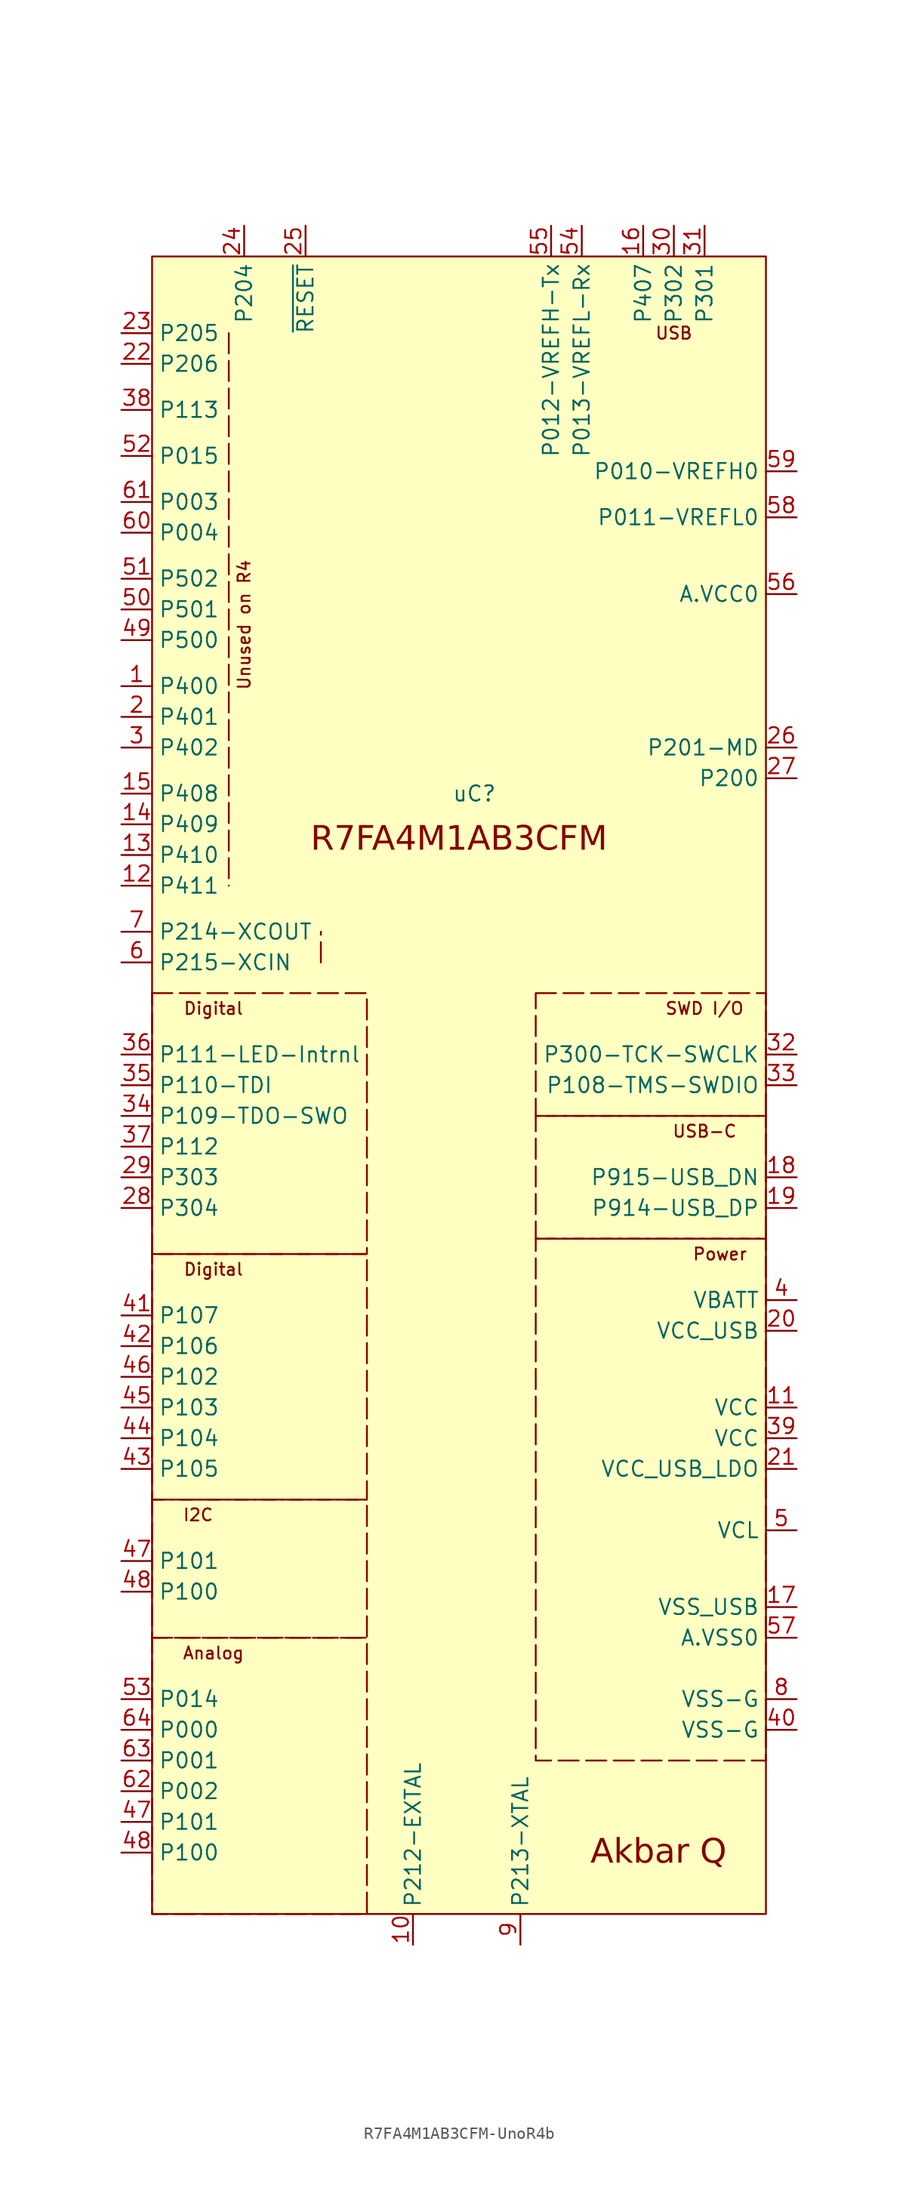
<source format=kicad_sym>
(kicad_symbol_lib
  (version 20220914)
  (generator kicad_symbol_editor)
  (symbol "R7FA4M1AB3CFM-UnoR4b"
    (property "Reference" "uC"
      (at 1.27 20.32 0)
      (effects (font (size 1.27 1.27))))
    (symbol "R7FA4M1AB3CFM-UnoR4b_1_0"
      (pin bidirectional line (at -27.94 29.21 0) (length 2.54) (name "P400" (effects (font (size 1.27 1.27)))) (number "1" (effects (font (size 1.27 1.27)))))
      (pin bidirectional line (at -3.81 -74.93 90) (length 2.54) (name "P212-EXTAL" (effects (font (size 1.27 1.27)))) (number "10" (effects (font (size 1.27 1.27)))))
      (pin power_in line (at 27.94 -30.48 180) (length 2.54) (name "VCC" (effects (font (size 1.27 1.27)))) (number "11" (effects (font (size 1.27 1.27)))))
      (pin bidirectional line (at -27.94 12.7 0) (length 2.54) (name "P411" (effects (font (size 1.27 1.27)))) (number "12" (effects (font (size 1.27 1.27)))))
      (pin bidirectional line (at -27.94 15.24 0) (length 2.54) (name "P410" (effects (font (size 1.27 1.27)))) (number "13" (effects (font (size 1.27 1.27)))))
      (pin bidirectional line (at -27.94 17.78 0) (length 2.54) (name "P409" (effects (font (size 1.27 1.27)))) (number "14" (effects (font (size 1.27 1.27)))))
      (pin bidirectional line (at -27.94 20.32 0) (length 2.54) (name "P408" (effects (font (size 1.27 1.27)))) (number "15" (effects (font (size 1.27 1.27)))))
      (pin bidirectional line (at 15.24 67.31 270) (length 2.54) (name "P407" (effects (font (size 1.27 1.27)))) (number "16" (effects (font (size 1.27 1.27)))))
      (pin bidirectional line (at 27.94 -46.99 180) (length 2.54) (name "VSS_USB" (effects (font (size 1.27 1.27)))) (number "17" (effects (font (size 1.27 1.27)))))
      (pin bidirectional line (at 27.94 -11.43 180) (length 2.54) (name "P915-USB_DN" (effects (font (size 1.27 1.27)))) (number "18" (effects (font (size 1.27 1.27)))))
      (pin bidirectional line (at 27.94 -13.97 180) (length 2.54) (name "P914-USB_DP" (effects (font (size 1.27 1.27)))) (number "19" (effects (font (size 1.27 1.27)))))
      (pin bidirectional line (at -27.94 26.67 0) (length 2.54) (name "P401" (effects (font (size 1.27 1.27)))) (number "2" (effects (font (size 1.27 1.27)))))
      (pin bidirectional line (at 27.94 -24.13 180) (length 2.54) (name "VCC_USB" (effects (font (size 1.27 1.27)))) (number "20" (effects (font (size 1.27 1.27)))))
      (pin bidirectional line (at 27.94 -35.56 180) (length 2.54) (name "VCC_USB_LDO" (effects (font (size 1.27 1.27)))) (number "21" (effects (font (size 1.27 1.27)))))
      (pin bidirectional line (at -27.94 55.88 0) (length 2.54) (name "P206" (effects (font (size 1.27 1.27)))) (number "22" (effects (font (size 1.27 1.27)))))
      (pin bidirectional line (at -27.94 58.42 0) (length 2.54) (name "P205" (effects (font (size 1.27 1.27)))) (number "23" (effects (font (size 1.27 1.27)))))
      (pin bidirectional line (at -17.78 67.31 270) (length 2.54) (name "P204" (effects (font (size 1.27 1.27)))) (number "24" (effects (font (size 1.27 1.27)))))
      (pin bidirectional line (at -12.7 67.31 270) (length 2.54) (name "~{RESET}" (effects (font (size 1.27 1.27)))) (number "25" (effects (font (size 1.27 1.27)))))
      (pin bidirectional line (at 27.94 24.13 180) (length 2.54) (name "P201-MD" (effects (font (size 1.27 1.27)))) (number "26" (effects (font (size 1.27 1.27)))))
      (pin bidirectional line (at 27.94 21.59 180) (length 2.54) (name "P200" (effects (font (size 1.27 1.27)))) (number "27" (effects (font (size 1.27 1.27)))))
      (pin bidirectional line (at -27.94 -13.97 0) (length 2.54) (name "P304" (effects (font (size 1.27 1.27)))) (number "28" (effects (font (size 1.27 1.27)))))
      (pin bidirectional line (at -27.94 -11.43 0) (length 2.54) (name "P303" (effects (font (size 1.27 1.27)))) (number "29" (effects (font (size 1.27 1.27)))))
      (pin bidirectional line (at -27.94 24.13 0) (length 2.54) (name "P402" (effects (font (size 1.27 1.27)))) (number "3" (effects (font (size 1.27 1.27)))))
      (pin bidirectional line (at 17.78 67.31 270) (length 2.54) (name "P302" (effects (font (size 1.27 1.27)))) (number "30" (effects (font (size 1.27 1.27)))))
      (pin bidirectional line (at 20.32 67.31 270) (length 2.54) (name "P301" (effects (font (size 1.27 1.27)))) (number "31" (effects (font (size 1.27 1.27)))))
      (pin bidirectional line (at 27.94 -1.27 180) (length 2.54) (name "P300-TCK-SWCLK" (effects (font (size 1.27 1.27)))) (number "32" (effects (font (size 1.27 1.27)))))
      (pin bidirectional line (at 27.94 -3.81 180) (length 2.54) (name "P108-TMS-SWDIO" (effects (font (size 1.27 1.27)))) (number "33" (effects (font (size 1.27 1.27)))))
      (pin bidirectional line (at -27.94 -6.35 0) (length 2.54) (name "P109-TDO-SWO" (effects (font (size 1.27 1.27)))) (number "34" (effects (font (size 1.27 1.27)))))
      (pin bidirectional line (at -27.94 -3.81 0) (length 2.54) (name "P110-TDI" (effects (font (size 1.27 1.27)))) (number "35" (effects (font (size 1.27 1.27)))))
      (pin bidirectional line (at -27.94 -1.27 0) (length 2.54) (name "P111-LED-Intrnl" (effects (font (size 1.27 1.27)))) (number "36" (effects (font (size 1.27 1.27)))))
      (pin bidirectional line (at -27.94 -8.89 0) (length 2.54) (name "P112" (effects (font (size 1.27 1.27)))) (number "37" (effects (font (size 1.27 1.27)))))
      (pin bidirectional line (at -27.94 52.07 0) (length 2.54) (name "P113" (effects (font (size 1.27 1.27)))) (number "38" (effects (font (size 1.27 1.27)))))
      (pin power_out line (at 27.94 -33.02 180) (length 2.54) (name "VCC" (effects (font (size 1.27 1.27)))) (number "39" (effects (font (size 1.27 1.27)))))
      (pin power_in line (at 27.94 -21.59 180) (length 2.54) (name "VBATT" (effects (font (size 1.27 1.27)))) (number "4" (effects (font (size 1.27 1.27)))))
      (pin bidirectional line (at 27.94 -57.15 180) (length 2.54) (name "VSS-G" (effects (font (size 1.27 1.27)))) (number "40" (effects (font (size 1.27 1.27)))))
      (pin bidirectional line (at -27.94 -22.86 0) (length 2.54) (name "P107" (effects (font (size 1.27 1.27)))) (number "41" (effects (font (size 1.27 1.27)))))
      (pin bidirectional line (at -27.94 -25.4 0) (length 2.54) (name "P106" (effects (font (size 1.27 1.27)))) (number "42" (effects (font (size 1.27 1.27)))))
      (pin bidirectional line (at -27.94 -35.56 0) (length 2.54) (name "P105" (effects (font (size 1.27 1.27)))) (number "43" (effects (font (size 1.27 1.27)))))
      (pin bidirectional line (at -27.94 -33.02 0) (length 2.54) (name "P104" (effects (font (size 1.27 1.27)))) (number "44" (effects (font (size 1.27 1.27)))))
      (pin bidirectional line (at -27.94 -30.48 0) (length 2.54) (name "P103" (effects (font (size 1.27 1.27)))) (number "45" (effects (font (size 1.27 1.27)))))
      (pin bidirectional line (at -27.94 -27.94 0) (length 2.54) (name "P102" (effects (font (size 1.27 1.27)))) (number "46" (effects (font (size 1.27 1.27)))))
      (pin bidirectional line (at -27.94 -64.77 0) (length 2.54) (name "P101" (effects (font (size 1.27 1.27)))) (number "47" (effects (font (size 1.27 1.27)))))
      (pin bidirectional line (at -27.94 -43.18 0) (length 2.54) (name "P101" (effects (font (size 1.27 1.27)))) (number "47" (effects (font (size 1.27 1.27)))))
      (pin bidirectional line (at -27.94 -67.31 0) (length 2.54) (name "P100" (effects (font (size 1.27 1.27)))) (number "48" (effects (font (size 1.27 1.27)))))
      (pin bidirectional line (at -27.94 -45.72 0) (length 2.54) (name "P100" (effects (font (size 1.27 1.27)))) (number "48" (effects (font (size 1.27 1.27)))))
      (pin bidirectional line (at -27.94 33.02 0) (length 2.54) (name "P500" (effects (font (size 1.27 1.27)))) (number "49" (effects (font (size 1.27 1.27)))))
      (pin power_in line (at 27.94 -40.64 180) (length 2.54) (name "VCL" (effects (font (size 1.27 1.27)))) (number "5" (effects (font (size 1.27 1.27)))))
      (pin bidirectional line (at -27.94 35.56 0) (length 2.54) (name "P501" (effects (font (size 1.27 1.27)))) (number "50" (effects (font (size 1.27 1.27)))))
      (pin bidirectional line (at -27.94 38.1 0) (length 2.54) (name "P502" (effects (font (size 1.27 1.27)))) (number "51" (effects (font (size 1.27 1.27)))))
      (pin bidirectional line (at -27.94 48.26 0) (length 2.54) (name "P015" (effects (font (size 1.27 1.27)))) (number "52" (effects (font (size 1.27 1.27)))))
      (pin bidirectional line (at -27.94 -54.61 0) (length 2.54) (name "P014" (effects (font (size 1.27 1.27)))) (number "53" (effects (font (size 1.27 1.27)))))
      (pin bidirectional line (at 10.16 67.31 270) (length 2.54) (name "P013-VREFL-Rx" (effects (font (size 1.27 1.27)))) (number "54" (effects (font (size 1.27 1.27)))))
      (pin bidirectional line (at 7.62 67.31 270) (length 2.54) (name "P012-VREFH-Tx" (effects (font (size 1.27 1.27)))) (number "55" (effects (font (size 1.27 1.27)))))
      (pin bidirectional line (at 27.94 36.83 180) (length 2.54) (name "A.VCC0" (effects (font (size 1.27 1.27)))) (number "56" (effects (font (size 1.27 1.27)))))
      (pin bidirectional line (at 27.94 -49.53 180) (length 2.54) (name "A.VSS0" (effects (font (size 1.27 1.27)))) (number "57" (effects (font (size 1.27 1.27)))))
      (pin bidirectional line (at 27.94 43.18 180) (length 2.54) (name "P011-VREFL0" (effects (font (size 1.27 1.27)))) (number "58" (effects (font (size 1.27 1.27)))))
      (pin bidirectional line (at 27.94 46.99 180) (length 2.54) (name "P010-VREFH0" (effects (font (size 1.27 1.27)))) (number "59" (effects (font (size 1.27 1.27)))))
      (pin bidirectional line (at -27.94 6.35 0) (length 2.54) (name "P215-XCIN" (effects (font (size 1.27 1.27)))) (number "6" (effects (font (size 1.27 1.27)))))
      (pin bidirectional line (at -27.94 41.91 0) (length 2.54) (name "P004" (effects (font (size 1.27 1.27)))) (number "60" (effects (font (size 1.27 1.27)))))
      (pin bidirectional line (at -27.94 44.45 0) (length 2.54) (name "P003" (effects (font (size 1.27 1.27)))) (number "61" (effects (font (size 1.27 1.27)))))
      (pin bidirectional line (at -27.94 8.89 0) (length 2.54) (name "P214-XCOUT" (effects (font (size 1.27 1.27)))) (number "7" (effects (font (size 1.27 1.27)))))
      (pin power_out line (at 27.94 -54.61 180) (length 2.54) (name "VSS-G" (effects (font (size 1.27 1.27)))) (number "8" (effects (font (size 1.27 1.27)))))
      (pin bidirectional line (at 5.08 -74.93 90) (length 2.54) (name "P213-XTAL" (effects (font (size 1.27 1.27)))) (number "9" (effects (font (size 1.27 1.27))))))
    (symbol "R7FA4M1AB3CFM-UnoR4b_1_1"
      (rectangle (start -25.4 -49.53) (end -7.62 -72.39) (stroke (width 0) (type dash)) (fill (type none)))
      (rectangle (start -25.4 -38.1) (end -7.62 -49.53) (stroke (width 0) (type dash)) (fill (type none)))
      (rectangle (start -25.4 -17.78) (end -7.62 -38.1) (stroke (width 0) (type dash)) (fill (type none)))
      (rectangle (start -25.4 3.81) (end -7.62 -17.78) (stroke (width 0) (type dash)) (fill (type none)))
      (rectangle (start -25.4 64.77) (end 25.4 -72.39) (stroke (width 0) (type default)) (fill (type background)))
      (polyline (pts (xy -11.43 6.35) (xy -11.43 8.89)) (stroke (width 0) (type default)) (fill (type none)))
      (polyline (pts (xy -19.05 58.42) (xy -19.05 12.7) (xy -19.05 12.7)) (stroke (width 0) (type default)) (fill (type none)))
      (rectangle (start 6.35 -16.51) (end 25.4 -59.69) (stroke (width 0) (type dash)) (fill (type none)))
      (rectangle (start 6.35 -6.35) (end 25.4 -16.51) (stroke (width 0) (type dash)) (fill (type none)))
      (rectangle (start 6.35 3.81) (end 25.4 -6.35) (stroke (width 0) (type dash)) (fill (type none)))
      (text "Akbar Q" (at 16.51 -67.31 0) (effects (font (face "Franklin Gothic Medium") (size 2 2))))
      (text "Analog" (at -20.32 -50.8 0) (effects (font (size 1 1))))
      (text "Digital" (at -20.32 -19.05 0) (effects (font (size 1 1))))
      (text "Digital" (at -20.32 2.54 0) (effects (font (size 1 1))))
      (text "I2C\n" (at -21.59 -39.37 0) (effects (font (size 1 1))))
      (text "Power" (at 21.59 -17.78 0) (effects (font (size 1 1))))
      (text "R7FA4M1AB3CFM" (at 0 16.51 0) (effects (font (face "Dubai Medium") (size 2 2))))
      (text "SWD I/O" (at 20.32 2.54 0) (effects (font (size 1 1))))
      (text "Unused on R4" (at -17.78 34.29 900) (effects (font (size 1 1))))
      (text "USB" (at 17.78 58.42 0) (effects (font (size 1 1))))
      (text "USB-C" (at 20.32 -7.62 0) (effects (font (size 1 1))))
      (pin bidirectional line (at -27.94 -62.23 0) (length 2.54) (name "P002" (effects (font (size 1.27 1.27)))) (number "62" (effects (font (size 1.27 1.27)))))
      (pin bidirectional line (at -27.94 -59.69 0) (length 2.54) (name "P001" (effects (font (size 1.27 1.27)))) (number "63" (effects (font (size 1.27 1.27)))))
      (pin bidirectional line (at -27.94 -57.15 0) (length 2.54) (name "P000" (effects (font (size 1.27 1.27)))) (number "64" (effects (font (size 1.27 1.27))))))))
</source>
